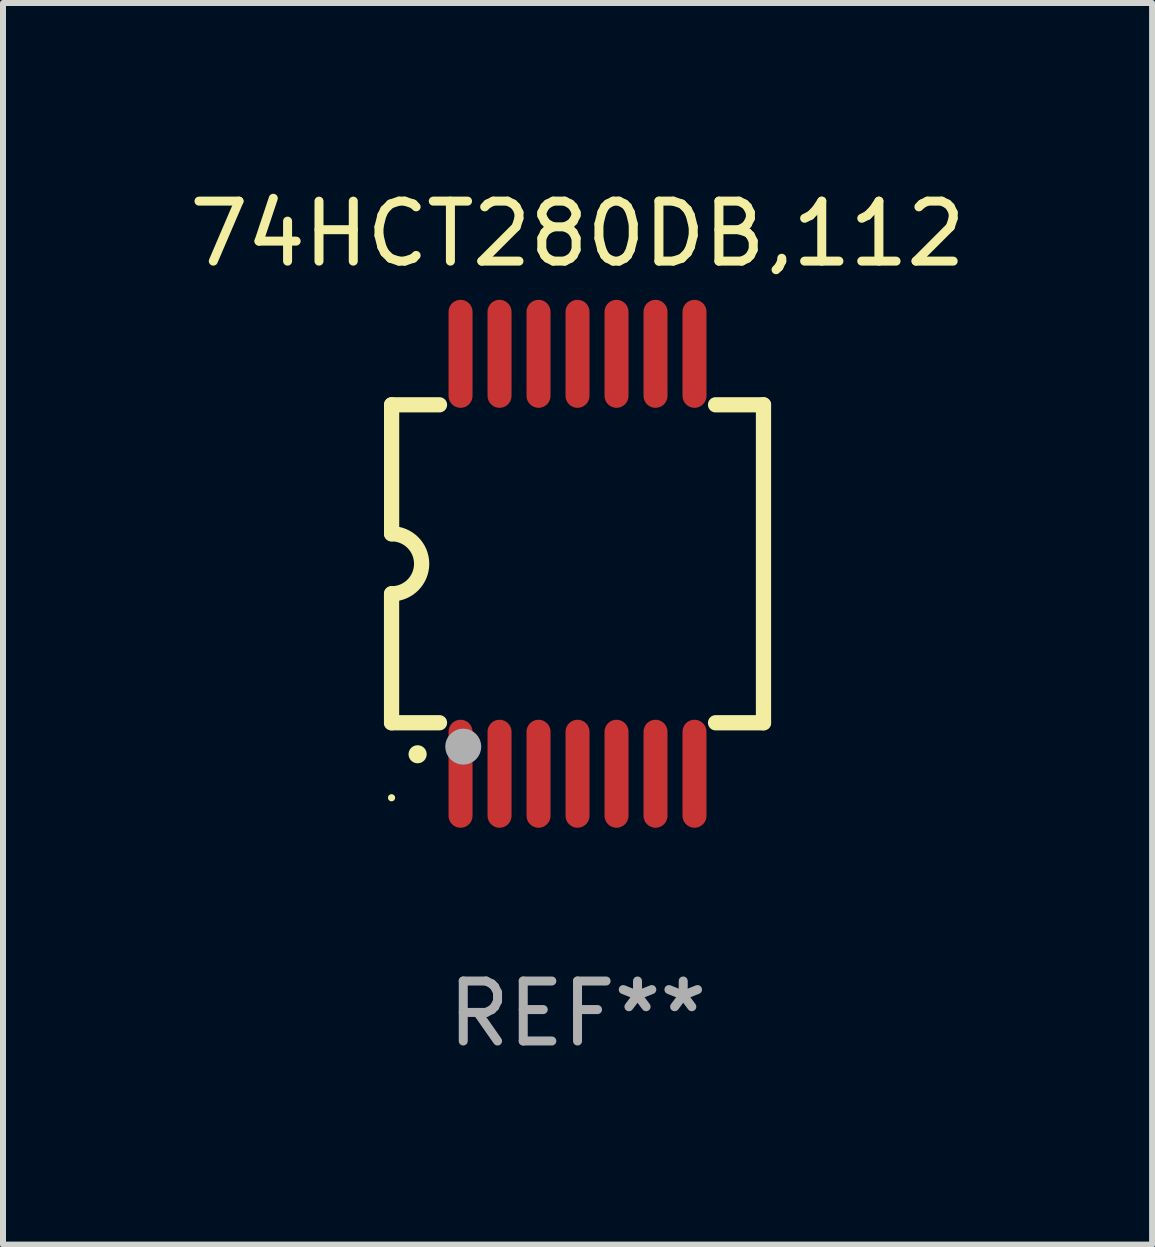
<source format=kicad_pcb>
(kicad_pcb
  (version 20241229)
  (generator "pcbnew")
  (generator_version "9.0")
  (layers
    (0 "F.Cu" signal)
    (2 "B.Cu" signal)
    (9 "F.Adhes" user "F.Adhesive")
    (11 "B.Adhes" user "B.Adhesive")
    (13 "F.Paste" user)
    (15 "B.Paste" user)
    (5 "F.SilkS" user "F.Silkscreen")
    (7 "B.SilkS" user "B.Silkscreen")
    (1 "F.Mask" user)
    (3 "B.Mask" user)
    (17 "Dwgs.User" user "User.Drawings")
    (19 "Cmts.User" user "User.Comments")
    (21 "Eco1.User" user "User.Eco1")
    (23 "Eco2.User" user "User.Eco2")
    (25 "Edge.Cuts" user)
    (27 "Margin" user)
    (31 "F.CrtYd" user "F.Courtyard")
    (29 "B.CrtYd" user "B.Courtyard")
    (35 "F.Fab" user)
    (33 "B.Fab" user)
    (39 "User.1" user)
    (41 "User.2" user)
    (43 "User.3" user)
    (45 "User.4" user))
  (footprint "74HCT280DB,112"
    (layer "F.Cu")
    (at 6.577 6.348)
    (property "Reference" "74HCT280DB,112" (at 0 -5.5 0) (layer "F.SilkS") (effects (font (size 1 1) (thickness 0.15))))
    (attr through_hole)
    (fp_line (start -3.1 2.65) (end -3.1 0.5) (stroke (width 0.254) (type solid)) (layer "F.SilkS"))
    (fp_line (start -3.099 -2.65) (end -2.301 -2.65) (stroke (width 0.254) (type solid)) (layer "F.SilkS"))
    (fp_line (start -3.099 -0.5) (end -3.099 -2.65) (stroke (width 0.254) (type solid)) (layer "F.SilkS"))
    (fp_line (start -2.301 2.65) (end -3.1 2.65) (stroke (width 0.254) (type solid)) (layer "F.SilkS"))
    (fp_line (start 2.301 -2.65) (end 3.1 -2.65) (stroke (width 0.254) (type solid)) (layer "F.SilkS"))
    (fp_line (start 3.1 -2.65) (end 3.1 2.65) (stroke (width 0.254) (type solid)) (layer "F.SilkS"))
    (fp_line (start 3.1 2.65) (end 2.301 2.65) (stroke (width 0.254) (type solid)) (layer "F.SilkS"))
    (fp_arc (start -3.098806 -0.500381) (mid -2.598806 0) (end -3.098806 0.500381) (stroke (width 0.254001) (type solid)) (layer "F.SilkS"))
    (fp_arc (start -2.667005 3.175006) (mid -2.665735 3.175001) (end -2.664465 3.175006) (stroke (width 0.3) (type solid)) (layer "F.SilkS"))
    (fp_circle (center -3.1 3.9) (end -3.07 3.9) (stroke (width 0.06) (type solid)) (fill no) (layer "F.SilkS"))
    (fp_circle (center -1.905 3.048) (end -1.755 3.048) (stroke (width 0.3) (type solid)) (fill no) (layer "F.Fab"))
    (fp_text user "REF**" (at 0 7.5 0) (layer "F.Fab") (effects (font (size 1 1) (thickness 0.15))))
    (pad "1" smd oval (at -1.95 3.5 270) (size 1.8 0.4) (layers "F.Cu" "F.Mask" "F.Paste"))
    (pad "2" smd oval (at -1.3 3.5 270) (size 1.8 0.4) (layers "F.Cu" "F.Mask" "F.Paste"))
    (pad "3" smd oval (at -0.65 3.5 270) (size 1.8 0.4) (layers "F.Cu" "F.Mask" "F.Paste"))
    (pad "4" smd oval (at 0 3.5 270) (size 1.8 0.4) (layers "F.Cu" "F.Mask" "F.Paste"))
    (pad "5" smd oval (at 0.65 3.5 270) (size 1.8 0.4) (layers "F.Cu" "F.Mask" "F.Paste"))
    (pad "6" smd oval (at 1.3 3.5 270) (size 1.8 0.4) (layers "F.Cu" "F.Mask" "F.Paste"))
    (pad "7" smd oval (at 1.95 3.5 270) (size 1.8 0.4) (layers "F.Cu" "F.Mask" "F.Paste"))
    (pad "8" smd oval (at 1.95 -3.5 90) (size 1.8 0.4) (layers "F.Cu" "F.Mask" "F.Paste"))
    (pad "9" smd oval (at 1.3 -3.5 90) (size 1.8 0.4) (layers "F.Cu" "F.Mask" "F.Paste"))
    (pad "10" smd oval (at 0.65 -3.5 90) (size 1.8 0.4) (layers "F.Cu" "F.Mask" "F.Paste"))
    (pad "11" smd oval (at 0 -3.5 90) (size 1.8 0.4) (layers "F.Cu" "F.Mask" "F.Paste"))
    (pad "12" smd oval (at -0.65 -3.5 90) (size 1.8 0.4) (layers "F.Cu" "F.Mask" "F.Paste"))
    (pad "13" smd oval (at -1.3 -3.5 90) (size 1.8 0.4) (layers "F.Cu" "F.Mask" "F.Paste"))
    (pad "14" smd oval (at -1.95 -3.5 90) (size 1.8 0.4) (layers "F.Cu" "F.Mask" "F.Paste")))
  (gr_rect
    (start -3 -3)
    (end 16.155 17.697)
    (stroke (width 0.1) (type default))
    (fill no)
    (layer "Edge.Cuts")))
</source>
